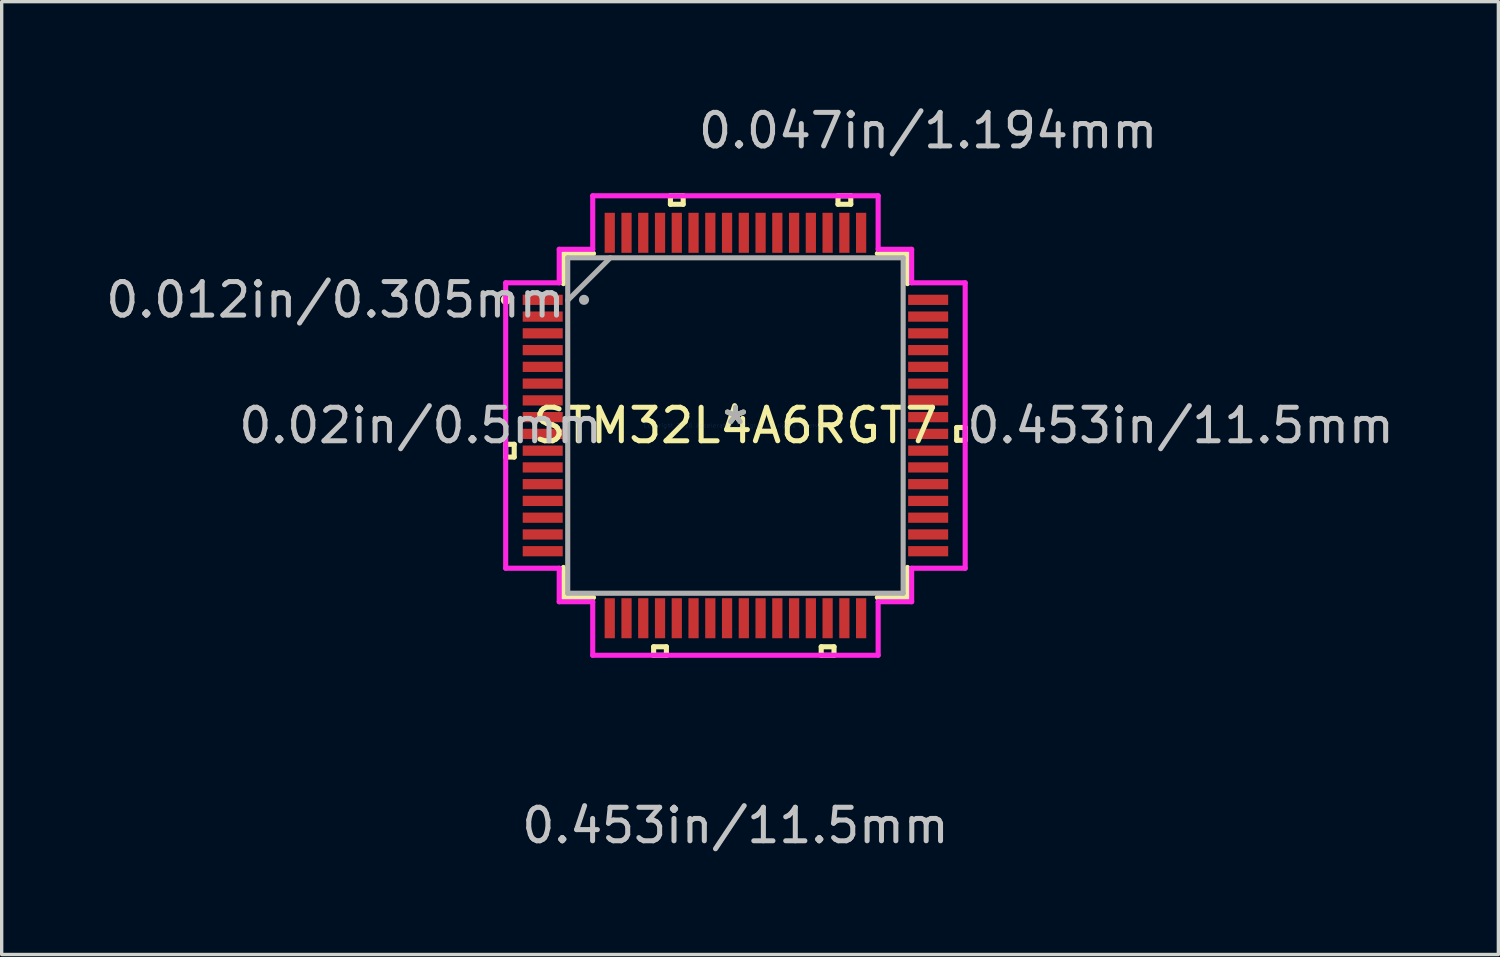
<source format=kicad_pcb>
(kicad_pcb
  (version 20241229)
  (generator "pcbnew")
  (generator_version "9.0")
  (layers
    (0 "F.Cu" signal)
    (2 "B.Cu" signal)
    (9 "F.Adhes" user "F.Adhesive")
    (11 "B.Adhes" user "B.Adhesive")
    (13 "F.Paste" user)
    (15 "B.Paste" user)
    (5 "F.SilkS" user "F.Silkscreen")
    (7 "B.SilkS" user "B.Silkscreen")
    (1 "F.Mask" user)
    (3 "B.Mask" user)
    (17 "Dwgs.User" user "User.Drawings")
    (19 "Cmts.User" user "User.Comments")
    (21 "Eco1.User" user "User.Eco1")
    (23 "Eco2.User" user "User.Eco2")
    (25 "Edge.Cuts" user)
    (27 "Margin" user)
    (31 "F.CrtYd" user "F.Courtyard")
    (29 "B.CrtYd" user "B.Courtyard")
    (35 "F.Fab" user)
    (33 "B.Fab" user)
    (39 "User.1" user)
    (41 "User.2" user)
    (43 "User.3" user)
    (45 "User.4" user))
  (footprint "STM32L4A6RGT7"
    (layer "F.Cu")
    (at 18.893 9.646)
    (property "Reference" "STM32L4A6RGT7" (at 0 0 0) (layer "F.SilkS") (effects (font (size 1 1) (thickness 0.15))))
    (attr through_hole)
    (fp_line (start -6.855 0.56) (end -6.855 0.941) (stroke (width 0.152) (type solid)) (layer "F.SilkS"))
    (fp_line (start -6.855 0.941) (end -6.601 0.941) (stroke (width 0.152) (type solid)) (layer "F.SilkS"))
    (fp_line (start -6.601 0.56) (end -6.855 0.56) (stroke (width 0.152) (type solid)) (layer "F.SilkS"))
    (fp_line (start -6.601 0.941) (end -6.601 0.56) (stroke (width 0.152) (type solid)) (layer "F.SilkS"))
    (fp_line (start -5.131 -5.131) (end -5.131 -4.234) (stroke (width 0.152) (type solid)) (layer "F.SilkS"))
    (fp_line (start -5.131 4.234) (end -5.131 5.131) (stroke (width 0.152) (type solid)) (layer "F.SilkS"))
    (fp_line (start -5.131 5.131) (end -4.234 5.131) (stroke (width 0.152) (type solid)) (layer "F.SilkS"))
    (fp_line (start -4.234 -5.131) (end -5.131 -5.131) (stroke (width 0.152) (type solid)) (layer "F.SilkS"))
    (fp_line (start -2.441 6.601) (end -2.441 6.855) (stroke (width 0.152) (type solid)) (layer "F.SilkS"))
    (fp_line (start -2.441 6.855) (end -2.06 6.855) (stroke (width 0.152) (type solid)) (layer "F.SilkS"))
    (fp_line (start -2.06 6.601) (end -2.441 6.601) (stroke (width 0.152) (type solid)) (layer "F.SilkS"))
    (fp_line (start -2.06 6.855) (end -2.06 6.601) (stroke (width 0.152) (type solid)) (layer "F.SilkS"))
    (fp_line (start -1.94 -6.855) (end -1.559 -6.855) (stroke (width 0.152) (type solid)) (layer "F.SilkS"))
    (fp_line (start -1.94 -6.601) (end -1.94 -6.855) (stroke (width 0.152) (type solid)) (layer "F.SilkS"))
    (fp_line (start -1.559 -6.855) (end -1.559 -6.601) (stroke (width 0.152) (type solid)) (layer "F.SilkS"))
    (fp_line (start -1.559 -6.601) (end -1.94 -6.601) (stroke (width 0.152) (type solid)) (layer "F.SilkS"))
    (fp_line (start 2.559 6.601) (end 2.559 6.855) (stroke (width 0.152) (type solid)) (layer "F.SilkS"))
    (fp_line (start 2.559 6.855) (end 2.941 6.855) (stroke (width 0.152) (type solid)) (layer "F.SilkS"))
    (fp_line (start 2.941 6.601) (end 2.559 6.601) (stroke (width 0.152) (type solid)) (layer "F.SilkS"))
    (fp_line (start 2.941 6.855) (end 2.941 6.601) (stroke (width 0.152) (type solid)) (layer "F.SilkS"))
    (fp_line (start 3.06 -6.855) (end 3.441 -6.855) (stroke (width 0.152) (type solid)) (layer "F.SilkS"))
    (fp_line (start 3.06 -6.601) (end 3.06 -6.855) (stroke (width 0.152) (type solid)) (layer "F.SilkS"))
    (fp_line (start 3.441 -6.855) (end 3.441 -6.601) (stroke (width 0.152) (type solid)) (layer "F.SilkS"))
    (fp_line (start 3.441 -6.601) (end 3.06 -6.601) (stroke (width 0.152) (type solid)) (layer "F.SilkS"))
    (fp_line (start 4.234 5.131) (end 5.131 5.131) (stroke (width 0.152) (type solid)) (layer "F.SilkS"))
    (fp_line (start 5.131 -5.131) (end 4.234 -5.131) (stroke (width 0.152) (type solid)) (layer "F.SilkS"))
    (fp_line (start 5.131 -4.234) (end 5.131 -5.131) (stroke (width 0.152) (type solid)) (layer "F.SilkS"))
    (fp_line (start 5.131 5.131) (end 5.131 4.234) (stroke (width 0.152) (type solid)) (layer "F.SilkS"))
    (fp_line (start 6.601 0.059) (end 6.855 0.059) (stroke (width 0.152) (type solid)) (layer "F.SilkS"))
    (fp_line (start 6.601 0.441) (end 6.601 0.059) (stroke (width 0.152) (type solid)) (layer "F.SilkS"))
    (fp_line (start 6.855 0.059) (end 6.855 0.441) (stroke (width 0.152) (type solid)) (layer "F.SilkS"))
    (fp_line (start 6.855 0.441) (end 6.601 0.441) (stroke (width 0.152) (type solid)) (layer "F.SilkS"))
    (fp_circle (center -6.851 -3.75) (end -6.775 -3.75) (stroke (width 0.152) (type solid)) (fill no) (layer "F.SilkS"))
    (fp_line (start -6.855 -4.258) (end -5.258 -4.258) (stroke (width 0.152) (type solid)) (layer "F.CrtYd"))
    (fp_line (start -6.855 4.258) (end -6.855 -4.258) (stroke (width 0.152) (type solid)) (layer "F.CrtYd"))
    (fp_line (start -5.258 -5.258) (end -4.258 -5.258) (stroke (width 0.152) (type solid)) (layer "F.CrtYd"))
    (fp_line (start -5.258 -4.258) (end -5.258 -5.258) (stroke (width 0.152) (type solid)) (layer "F.CrtYd"))
    (fp_line (start -5.258 4.258) (end -6.855 4.258) (stroke (width 0.152) (type solid)) (layer "F.CrtYd"))
    (fp_line (start -5.258 5.258) (end -5.258 4.258) (stroke (width 0.152) (type solid)) (layer "F.CrtYd"))
    (fp_line (start -4.258 -6.855) (end 4.258 -6.855) (stroke (width 0.152) (type solid)) (layer "F.CrtYd"))
    (fp_line (start -4.258 -5.258) (end -4.258 -6.855) (stroke (width 0.152) (type solid)) (layer "F.CrtYd"))
    (fp_line (start -4.258 5.258) (end -5.258 5.258) (stroke (width 0.152) (type solid)) (layer "F.CrtYd"))
    (fp_line (start -4.258 6.855) (end -4.258 5.258) (stroke (width 0.152) (type solid)) (layer "F.CrtYd"))
    (fp_line (start 4.258 -6.855) (end 4.258 -5.258) (stroke (width 0.152) (type solid)) (layer "F.CrtYd"))
    (fp_line (start 4.258 -5.258) (end 5.258 -5.258) (stroke (width 0.152) (type solid)) (layer "F.CrtYd"))
    (fp_line (start 4.258 5.258) (end 4.258 6.855) (stroke (width 0.152) (type solid)) (layer "F.CrtYd"))
    (fp_line (start 4.258 6.855) (end -4.258 6.855) (stroke (width 0.152) (type solid)) (layer "F.CrtYd"))
    (fp_line (start 5.258 -5.258) (end 5.258 -4.258) (stroke (width 0.152) (type solid)) (layer "F.CrtYd"))
    (fp_line (start 5.258 -4.258) (end 6.855 -4.258) (stroke (width 0.152) (type solid)) (layer "F.CrtYd"))
    (fp_line (start 5.258 4.258) (end 5.258 5.258) (stroke (width 0.152) (type solid)) (layer "F.CrtYd"))
    (fp_line (start 5.258 5.258) (end 4.258 5.258) (stroke (width 0.152) (type solid)) (layer "F.CrtYd"))
    (fp_line (start 6.855 -4.258) (end 6.855 4.258) (stroke (width 0.152) (type solid)) (layer "F.CrtYd"))
    (fp_line (start 6.855 4.258) (end 5.258 4.258) (stroke (width 0.152) (type solid)) (layer "F.CrtYd"))
    (fp_line (start -5.004 -5.004) (end -5.004 5.004) (stroke (width 0.152) (type solid)) (layer "F.Fab"))
    (fp_line (start -5.004 -3.734) (end -3.734 -5.004) (stroke (width 0.152) (type solid)) (layer "F.Fab"))
    (fp_line (start -5.004 5.004) (end 5.004 5.004) (stroke (width 0.152) (type solid)) (layer "F.Fab"))
    (fp_line (start 5.004 -5.004) (end -5.004 -5.004) (stroke (width 0.152) (type solid)) (layer "F.Fab"))
    (fp_line (start 5.004 5.004) (end 5.004 -5.004) (stroke (width 0.152) (type solid)) (layer "F.Fab"))
    (fp_circle (center -4.518 -3.75) (end -4.442 -3.75) (stroke (width 0.152) (type solid)) (fill no) (layer "F.Fab"))
    (fp_text user "*" (at 0 0 0) (layer "F.SilkS") (effects (font (size 1 1) (thickness 0.15))))
    (fp_text user "0.453in/11.5mm" (at 13.281 0 0) (layer "Dwgs.User") (effects (font (size 1 1) (thickness 0.15))))
    (fp_text user "0.047in/1.194mm" (at 5.75 -8.798 0) (layer "Dwgs.User") (effects (font (size 1 1) (thickness 0.15))))
    (fp_text user "0.453in/11.5mm" (at 0 11.935 0) (layer "Dwgs.User") (effects (font (size 1 1) (thickness 0.15))))
    (fp_text user "0.02in/0.5mm" (at -9.395 0 0) (layer "Dwgs.User") (effects (font (size 1 1) (thickness 0.15))))
    (fp_text user "0.012in/0.305mm" (at -11.935 -3.75 0) (layer "Dwgs.User") (effects (font (size 1 1) (thickness 0.15))))
    (fp_text user "Copyright 2016 Accelerated Designs. All rights reserved." (at 0 0 0) (layer "Cmts.User") (effects (font (size 0.127 0.127) (thickness 0.002))))
    (fp_text user "*" (at 0 0 0) (layer "F.Fab") (effects (font (size 1 1) (thickness 0.15))))
    (pad "1" smd rect (at -5.75 -3.75) (size 1.194 0.305) (layers "F.Cu" "F.Mask" "F.Paste"))
    (pad "2" smd rect (at -5.75 -3.25) (size 1.194 0.305) (layers "F.Cu" "F.Mask" "F.Paste"))
    (pad "3" smd rect (at -5.75 -2.75) (size 1.194 0.305) (layers "F.Cu" "F.Mask" "F.Paste"))
    (pad "4" smd rect (at -5.75 -2.25) (size 1.194 0.305) (layers "F.Cu" "F.Mask" "F.Paste"))
    (pad "5" smd rect (at -5.75 -1.75) (size 1.194 0.305) (layers "F.Cu" "F.Mask" "F.Paste"))
    (pad "6" smd rect (at -5.75 -1.25) (size 1.194 0.305) (layers "F.Cu" "F.Mask" "F.Paste"))
    (pad "7" smd rect (at -5.75 -0.75) (size 1.194 0.305) (layers "F.Cu" "F.Mask" "F.Paste"))
    (pad "8" smd rect (at -5.75 -0.25) (size 1.194 0.305) (layers "F.Cu" "F.Mask" "F.Paste"))
    (pad "9" smd rect (at -5.75 0.25) (size 1.194 0.305) (layers "F.Cu" "F.Mask" "F.Paste"))
    (pad "10" smd rect (at -5.75 0.75) (size 1.194 0.305) (layers "F.Cu" "F.Mask" "F.Paste"))
    (pad "11" smd rect (at -5.75 1.25) (size 1.194 0.305) (layers "F.Cu" "F.Mask" "F.Paste"))
    (pad "12" smd rect (at -5.75 1.75) (size 1.194 0.305) (layers "F.Cu" "F.Mask" "F.Paste"))
    (pad "13" smd rect (at -5.75 2.25) (size 1.194 0.305) (layers "F.Cu" "F.Mask" "F.Paste"))
    (pad "14" smd rect (at -5.75 2.75) (size 1.194 0.305) (layers "F.Cu" "F.Mask" "F.Paste"))
    (pad "15" smd rect (at -5.75 3.25) (size 1.194 0.305) (layers "F.Cu" "F.Mask" "F.Paste"))
    (pad "16" smd rect (at -5.75 3.75) (size 1.194 0.305) (layers "F.Cu" "F.Mask" "F.Paste"))
    (pad "17" smd rect (at -3.75 5.75 90) (size 1.194 0.305) (layers "F.Cu" "F.Mask" "F.Paste"))
    (pad "18" smd rect (at -3.25 5.75 90) (size 1.194 0.305) (layers "F.Cu" "F.Mask" "F.Paste"))
    (pad "19" smd rect (at -2.75 5.75 90) (size 1.194 0.305) (layers "F.Cu" "F.Mask" "F.Paste"))
    (pad "20" smd rect (at -2.25 5.75 90) (size 1.194 0.305) (layers "F.Cu" "F.Mask" "F.Paste"))
    (pad "21" smd rect (at -1.75 5.75 90) (size 1.194 0.305) (layers "F.Cu" "F.Mask" "F.Paste"))
    (pad "22" smd rect (at -1.25 5.75 90) (size 1.194 0.305) (layers "F.Cu" "F.Mask" "F.Paste"))
    (pad "23" smd rect (at -0.75 5.75 90) (size 1.194 0.305) (layers "F.Cu" "F.Mask" "F.Paste"))
    (pad "24" smd rect (at -0.25 5.75 90) (size 1.194 0.305) (layers "F.Cu" "F.Mask" "F.Paste"))
    (pad "25" smd rect (at 0.25 5.75 90) (size 1.194 0.305) (layers "F.Cu" "F.Mask" "F.Paste"))
    (pad "26" smd rect (at 0.75 5.75 90) (size 1.194 0.305) (layers "F.Cu" "F.Mask" "F.Paste"))
    (pad "27" smd rect (at 1.25 5.75 90) (size 1.194 0.305) (layers "F.Cu" "F.Mask" "F.Paste"))
    (pad "28" smd rect (at 1.75 5.75 90) (size 1.194 0.305) (layers "F.Cu" "F.Mask" "F.Paste"))
    (pad "29" smd rect (at 2.25 5.75 90) (size 1.194 0.305) (layers "F.Cu" "F.Mask" "F.Paste"))
    (pad "30" smd rect (at 2.75 5.75 90) (size 1.194 0.305) (layers "F.Cu" "F.Mask" "F.Paste"))
    (pad "31" smd rect (at 3.25 5.75 90) (size 1.194 0.305) (layers "F.Cu" "F.Mask" "F.Paste"))
    (pad "32" smd rect (at 3.75 5.75 90) (size 1.194 0.305) (layers "F.Cu" "F.Mask" "F.Paste"))
    (pad "33" smd rect (at 5.75 3.75) (size 1.194 0.305) (layers "F.Cu" "F.Mask" "F.Paste"))
    (pad "34" smd rect (at 5.75 3.25) (size 1.194 0.305) (layers "F.Cu" "F.Mask" "F.Paste"))
    (pad "35" smd rect (at 5.75 2.75) (size 1.194 0.305) (layers "F.Cu" "F.Mask" "F.Paste"))
    (pad "36" smd rect (at 5.75 2.25) (size 1.194 0.305) (layers "F.Cu" "F.Mask" "F.Paste"))
    (pad "37" smd rect (at 5.75 1.75) (size 1.194 0.305) (layers "F.Cu" "F.Mask" "F.Paste"))
    (pad "38" smd rect (at 5.75 1.25) (size 1.194 0.305) (layers "F.Cu" "F.Mask" "F.Paste"))
    (pad "39" smd rect (at 5.75 0.75) (size 1.194 0.305) (layers "F.Cu" "F.Mask" "F.Paste"))
    (pad "40" smd rect (at 5.75 0.25) (size 1.194 0.305) (layers "F.Cu" "F.Mask" "F.Paste"))
    (pad "41" smd rect (at 5.75 -0.25) (size 1.194 0.305) (layers "F.Cu" "F.Mask" "F.Paste"))
    (pad "42" smd rect (at 5.75 -0.75) (size 1.194 0.305) (layers "F.Cu" "F.Mask" "F.Paste"))
    (pad "43" smd rect (at 5.75 -1.25) (size 1.194 0.305) (layers "F.Cu" "F.Mask" "F.Paste"))
    (pad "44" smd rect (at 5.75 -1.75) (size 1.194 0.305) (layers "F.Cu" "F.Mask" "F.Paste"))
    (pad "45" smd rect (at 5.75 -2.25) (size 1.194 0.305) (layers "F.Cu" "F.Mask" "F.Paste"))
    (pad "46" smd rect (at 5.75 -2.75) (size 1.194 0.305) (layers "F.Cu" "F.Mask" "F.Paste"))
    (pad "47" smd rect (at 5.75 -3.25) (size 1.194 0.305) (layers "F.Cu" "F.Mask" "F.Paste"))
    (pad "48" smd rect (at 5.75 -3.75) (size 1.194 0.305) (layers "F.Cu" "F.Mask" "F.Paste"))
    (pad "49" smd rect (at 3.75 -5.75 90) (size 1.194 0.305) (layers "F.Cu" "F.Mask" "F.Paste"))
    (pad "50" smd rect (at 3.25 -5.75 90) (size 1.194 0.305) (layers "F.Cu" "F.Mask" "F.Paste"))
    (pad "51" smd rect (at 2.75 -5.75 90) (size 1.194 0.305) (layers "F.Cu" "F.Mask" "F.Paste"))
    (pad "52" smd rect (at 2.25 -5.75 90) (size 1.194 0.305) (layers "F.Cu" "F.Mask" "F.Paste"))
    (pad "53" smd rect (at 1.75 -5.75 90) (size 1.194 0.305) (layers "F.Cu" "F.Mask" "F.Paste"))
    (pad "54" smd rect (at 1.25 -5.75 90) (size 1.194 0.305) (layers "F.Cu" "F.Mask" "F.Paste"))
    (pad "55" smd rect (at 0.75 -5.75 90) (size 1.194 0.305) (layers "F.Cu" "F.Mask" "F.Paste"))
    (pad "56" smd rect (at 0.25 -5.75 90) (size 1.194 0.305) (layers "F.Cu" "F.Mask" "F.Paste"))
    (pad "57" smd rect (at -0.25 -5.75 90) (size 1.194 0.305) (layers "F.Cu" "F.Mask" "F.Paste"))
    (pad "58" smd rect (at -0.75 -5.75 90) (size 1.194 0.305) (layers "F.Cu" "F.Mask" "F.Paste"))
    (pad "59" smd rect (at -1.25 -5.75 90) (size 1.194 0.305) (layers "F.Cu" "F.Mask" "F.Paste"))
    (pad "60" smd rect (at -1.75 -5.75 90) (size 1.194 0.305) (layers "F.Cu" "F.Mask" "F.Paste"))
    (pad "61" smd rect (at -2.25 -5.75 90) (size 1.194 0.305) (layers "F.Cu" "F.Mask" "F.Paste"))
    (pad "62" smd rect (at -2.75 -5.75 90) (size 1.194 0.305) (layers "F.Cu" "F.Mask" "F.Paste"))
    (pad "63" smd rect (at -3.25 -5.75 90) (size 1.194 0.305) (layers "F.Cu" "F.Mask" "F.Paste"))
    (pad "64" smd rect (at -3.75 -5.75 90) (size 1.194 0.305) (layers "F.Cu" "F.Mask" "F.Paste")))
  (gr_rect
    (start -3 -3)
    (end 41.656 25.429)
    (stroke (width 0.1) (type default))
    (fill no)
    (layer "Edge.Cuts")))
</source>
